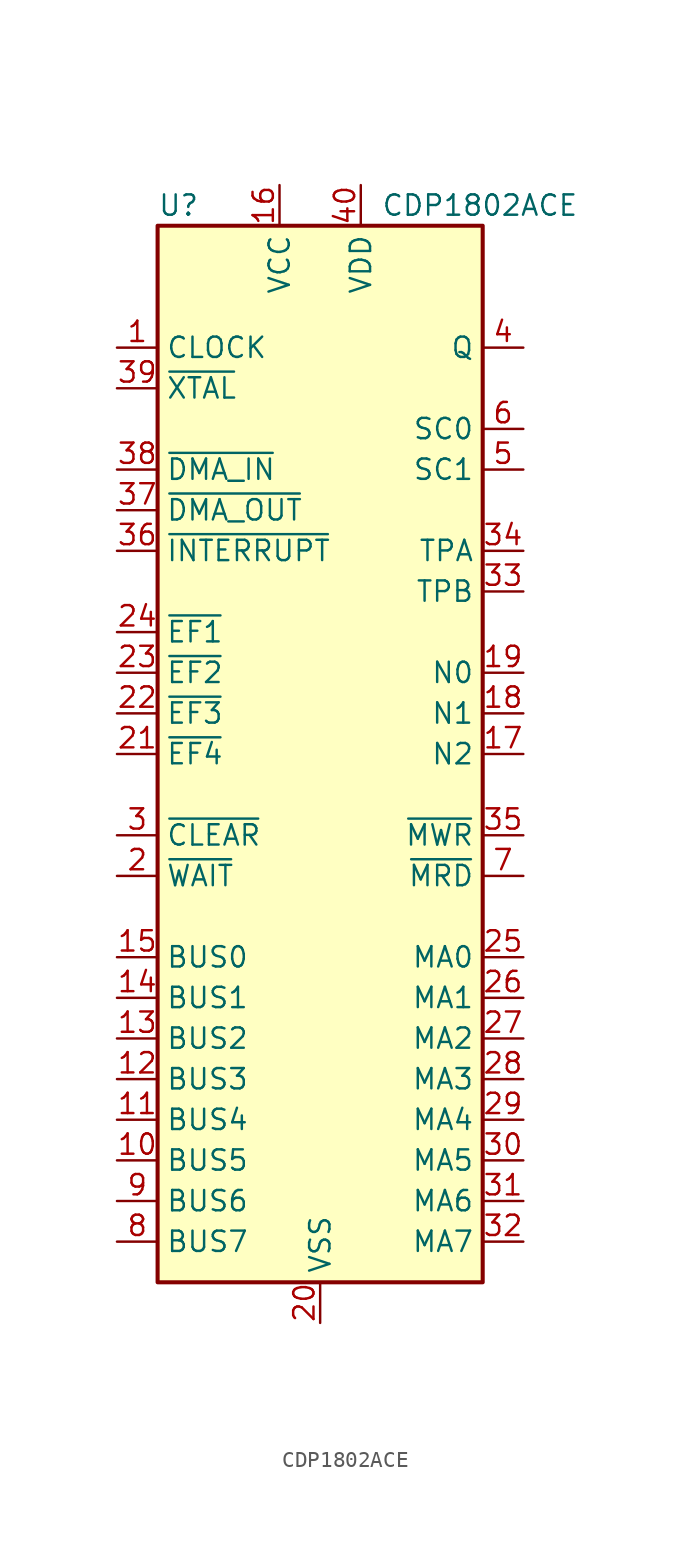
<source format=kicad_sym>
(kicad_symbol_lib
  (version 20220914)
  (generator kicad_symbol_editor)
  (symbol "CDP1802ACE"
    (property "Reference" "U"
      (at -10.16 34.29 0)
      (effects (font (size 1.27 1.27)) (justify left)))
    (property "Value" "CDP1802ACE"
      (at 3.81 34.29 0)
      (effects (font (size 1.27 1.27)) (justify left)))
    (symbol "CDP1802ACE_0_1"
      (rectangle (start -10.16 33.02) (end 10.16 -33.02) (stroke (width 0.254) (type default)) (fill (type background))))
    (symbol "CDP1802ACE_1_1"
      (pin input line (at -12.7 25.4 0) (length 2.54) (name "CLOCK" (effects (font (size 1.27 1.27)))) (number "1" (effects (font (size 1.27 1.27)))))
      (pin bidirectional line (at -12.7 -25.4 0) (length 2.54) (name "BUS5" (effects (font (size 1.27 1.27)))) (number "10" (effects (font (size 1.27 1.27)))))
      (pin bidirectional line (at -12.7 -22.86 0) (length 2.54) (name "BUS4" (effects (font (size 1.27 1.27)))) (number "11" (effects (font (size 1.27 1.27)))))
      (pin bidirectional line (at -12.7 -20.32 0) (length 2.54) (name "BUS3" (effects (font (size 1.27 1.27)))) (number "12" (effects (font (size 1.27 1.27)))))
      (pin bidirectional line (at -12.7 -17.78 0) (length 2.54) (name "BUS2" (effects (font (size 1.27 1.27)))) (number "13" (effects (font (size 1.27 1.27)))))
      (pin bidirectional line (at -12.7 -15.24 0) (length 2.54) (name "BUS1" (effects (font (size 1.27 1.27)))) (number "14" (effects (font (size 1.27 1.27)))))
      (pin bidirectional line (at -12.7 -12.7 0) (length 2.54) (name "BUS0" (effects (font (size 1.27 1.27)))) (number "15" (effects (font (size 1.27 1.27)))))
      (pin power_in line (at -2.54 35.56 270) (length 2.54) (name "VCC" (effects (font (size 1.27 1.27)))) (number "16" (effects (font (size 1.27 1.27)))))
      (pin output line (at 12.7 0 180) (length 2.54) (name "N2" (effects (font (size 1.27 1.27)))) (number "17" (effects (font (size 1.27 1.27)))))
      (pin output line (at 12.7 2.54 180) (length 2.54) (name "N1" (effects (font (size 1.27 1.27)))) (number "18" (effects (font (size 1.27 1.27)))))
      (pin output line (at 12.7 5.08 180) (length 2.54) (name "N0" (effects (font (size 1.27 1.27)))) (number "19" (effects (font (size 1.27 1.27)))))
      (pin input line (at -12.7 -7.62 0) (length 2.54) (name "~{WAIT}" (effects (font (size 1.27 1.27)))) (number "2" (effects (font (size 1.27 1.27)))))
      (pin power_in line (at 0 -35.56 90) (length 2.54) (name "VSS" (effects (font (size 1.27 1.27)))) (number "20" (effects (font (size 1.27 1.27)))))
      (pin input line (at -12.7 0 0) (length 2.54) (name "~{EF4}" (effects (font (size 1.27 1.27)))) (number "21" (effects (font (size 1.27 1.27)))))
      (pin input line (at -12.7 2.54 0) (length 2.54) (name "~{EF3}" (effects (font (size 1.27 1.27)))) (number "22" (effects (font (size 1.27 1.27)))))
      (pin input line (at -12.7 5.08 0) (length 2.54) (name "~{EF2}" (effects (font (size 1.27 1.27)))) (number "23" (effects (font (size 1.27 1.27)))))
      (pin input line (at -12.7 7.62 0) (length 2.54) (name "~{EF1}" (effects (font (size 1.27 1.27)))) (number "24" (effects (font (size 1.27 1.27)))))
      (pin output line (at 12.7 -12.7 180) (length 2.54) (name "MA0" (effects (font (size 1.27 1.27)))) (number "25" (effects (font (size 1.27 1.27)))))
      (pin output line (at 12.7 -15.24 180) (length 2.54) (name "MA1" (effects (font (size 1.27 1.27)))) (number "26" (effects (font (size 1.27 1.27)))))
      (pin output line (at 12.7 -17.78 180) (length 2.54) (name "MA2" (effects (font (size 1.27 1.27)))) (number "27" (effects (font (size 1.27 1.27)))))
      (pin output line (at 12.7 -20.32 180) (length 2.54) (name "MA3" (effects (font (size 1.27 1.27)))) (number "28" (effects (font (size 1.27 1.27)))))
      (pin output line (at 12.7 -22.86 180) (length 2.54) (name "MA4" (effects (font (size 1.27 1.27)))) (number "29" (effects (font (size 1.27 1.27)))))
      (pin input line (at -12.7 -5.08 0) (length 2.54) (name "~{CLEAR}" (effects (font (size 1.27 1.27)))) (number "3" (effects (font (size 1.27 1.27)))))
      (pin output line (at 12.7 -25.4 180) (length 2.54) (name "MA5" (effects (font (size 1.27 1.27)))) (number "30" (effects (font (size 1.27 1.27)))))
      (pin output line (at 12.7 -27.94 180) (length 2.54) (name "MA6" (effects (font (size 1.27 1.27)))) (number "31" (effects (font (size 1.27 1.27)))))
      (pin output line (at 12.7 -30.48 180) (length 2.54) (name "MA7" (effects (font (size 1.27 1.27)))) (number "32" (effects (font (size 1.27 1.27)))))
      (pin output line (at 12.7 10.16 180) (length 2.54) (name "TPB" (effects (font (size 1.27 1.27)))) (number "33" (effects (font (size 1.27 1.27)))))
      (pin output line (at 12.7 12.7 180) (length 2.54) (name "TPA" (effects (font (size 1.27 1.27)))) (number "34" (effects (font (size 1.27 1.27)))))
      (pin output line (at 12.7 -5.08 180) (length 2.54) (name "~{MWR}" (effects (font (size 1.27 1.27)))) (number "35" (effects (font (size 1.27 1.27)))))
      (pin input line (at -12.7 12.7 0) (length 2.54) (name "~{INTERRUPT}" (effects (font (size 1.27 1.27)))) (number "36" (effects (font (size 1.27 1.27)))))
      (pin input line (at -12.7 15.24 0) (length 2.54) (name "~{DMA_OUT}" (effects (font (size 1.27 1.27)))) (number "37" (effects (font (size 1.27 1.27)))))
      (pin input line (at -12.7 17.78 0) (length 2.54) (name "~{DMA_IN}" (effects (font (size 1.27 1.27)))) (number "38" (effects (font (size 1.27 1.27)))))
      (pin output line (at -12.7 22.86 0) (length 2.54) (name "~{XTAL}" (effects (font (size 1.27 1.27)))) (number "39" (effects (font (size 1.27 1.27)))))
      (pin output line (at 12.7 25.4 180) (length 2.54) (name "Q" (effects (font (size 1.27 1.27)))) (number "4" (effects (font (size 1.27 1.27)))))
      (pin power_in line (at 2.54 35.56 270) (length 2.54) (name "VDD" (effects (font (size 1.27 1.27)))) (number "40" (effects (font (size 1.27 1.27)))))
      (pin output line (at 12.7 17.78 180) (length 2.54) (name "SC1" (effects (font (size 1.27 1.27)))) (number "5" (effects (font (size 1.27 1.27)))))
      (pin output line (at 12.7 20.32 180) (length 2.54) (name "SC0" (effects (font (size 1.27 1.27)))) (number "6" (effects (font (size 1.27 1.27)))))
      (pin output line (at 12.7 -7.62 180) (length 2.54) (name "~{MRD}" (effects (font (size 1.27 1.27)))) (number "7" (effects (font (size 1.27 1.27)))))
      (pin bidirectional line (at -12.7 -30.48 0) (length 2.54) (name "BUS7" (effects (font (size 1.27 1.27)))) (number "8" (effects (font (size 1.27 1.27)))))
      (pin bidirectional line (at -12.7 -27.94 0) (length 2.54) (name "BUS6" (effects (font (size 1.27 1.27)))) (number "9" (effects (font (size 1.27 1.27))))))))
</source>
